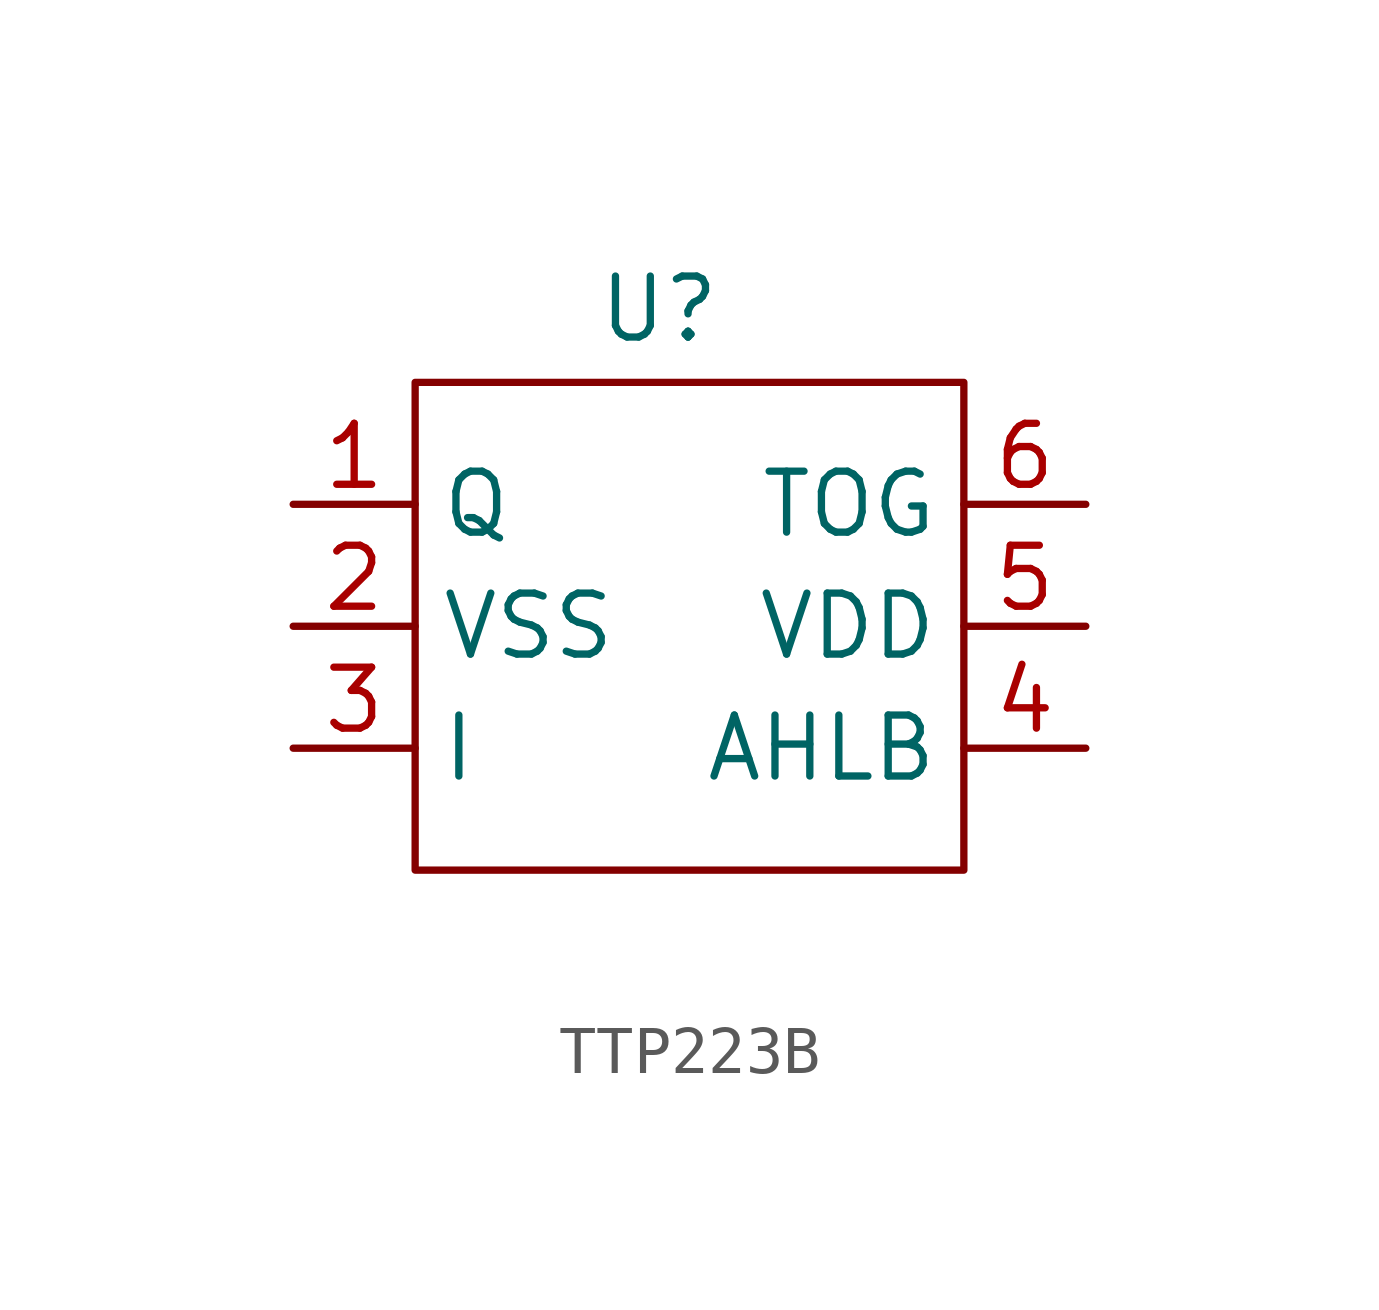
<source format=kicad_sym>
(kicad_symbol_lib
  (version 20230620)
  (generator kicad_symbol_editor)
  (symbol "TTP223B"
    (property "Reference" "U"
      (at 1.27 12.954 0)
      (effects (font (size 1.27 1.27))))
    (property "Value" ""
      (at -1.27 0 0)
      (effects (font (size 1.27 1.27))))
    (symbol "TTP223B_0_1"
      (rectangle (start -3.81 11.43) (end 7.62 1.27) (stroke (width 0) (type default)) (fill (type none))))
    (symbol "TTP223B_1_1"
      (pin input line (at -6.35 8.89 0) (length 2.54) (name "Q" (effects (font (size 1.27 1.27)))) (number "1" (effects (font (size 1.27 1.27)))))
      (pin input line (at -6.35 6.35 0) (length 2.54) (name "VSS" (effects (font (size 1.27 1.27)))) (number "2" (effects (font (size 1.27 1.27)))))
      (pin input line (at -6.35 3.81 0) (length 2.54) (name "I" (effects (font (size 1.27 1.27)))) (number "3" (effects (font (size 1.27 1.27)))))
      (pin input line (at 10.16 3.81 180) (length 2.54) (name "AHLB" (effects (font (size 1.27 1.27)))) (number "4" (effects (font (size 1.27 1.27)))))
      (pin input line (at 10.16 6.35 180) (length 2.54) (name "VDD" (effects (font (size 1.27 1.27)))) (number "5" (effects (font (size 1.27 1.27)))))
      (pin input line (at 10.16 8.89 180) (length 2.54) (name "TOG" (effects (font (size 1.27 1.27)))) (number "6" (effects (font (size 1.27 1.27))))))))
</source>
